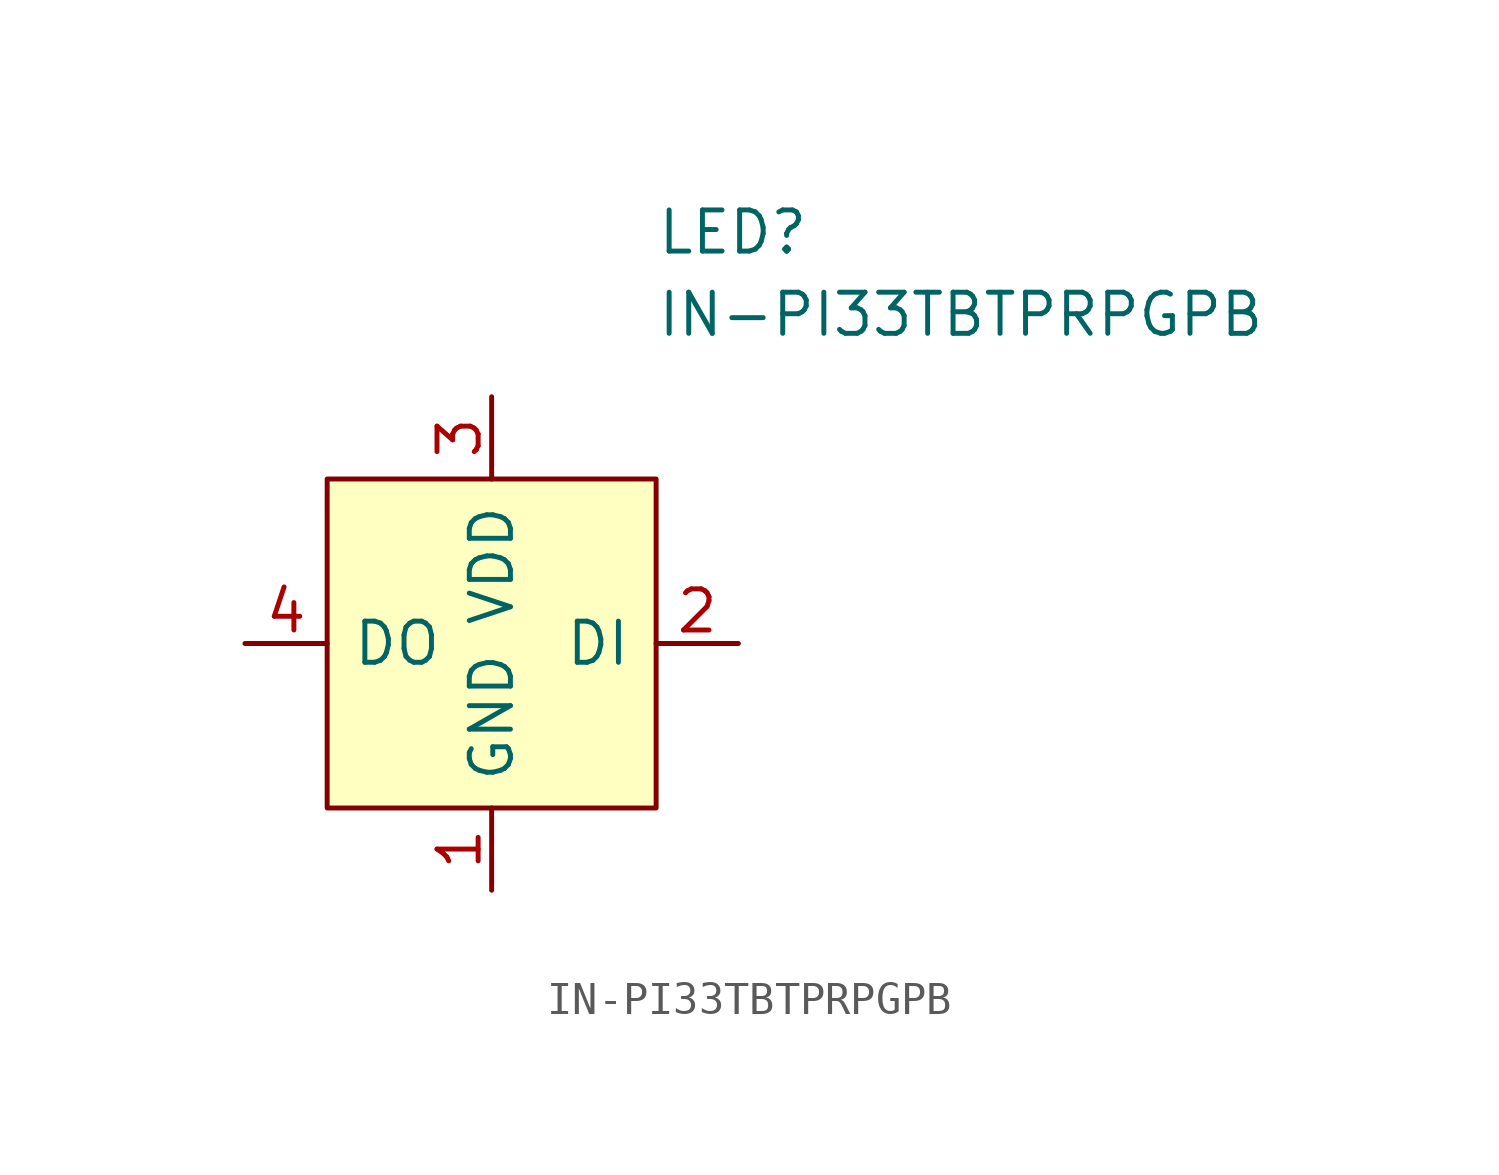
<source format=kicad_sym>
(kicad_symbol_lib
  (version 20211014)
  (generator kicad_symbol_editor)
  (symbol "IN-PI33TBTPRPGPB"
    (pin_names
      (offset 0.762))
    (property "Reference" "LED"
      (at 5.08 7.62 0)
      (effects (font (size 1.27 1.27)) (justify left)))
    (property "Value" "IN-PI33TBTPRPGPB"
      (at 5.08 5.08 0)
      (effects (font (size 1.27 1.27)) (justify left)))
    (symbol "IN-PI33TBTPRPGPB_0_0"
      (pin passive line (at 0 -12.7 90) (length 2.54) (name "GND" (effects (font (size 1.27 1.27)))) (number "1" (effects (font (size 1.27 1.27)))))
      (pin passive line (at 7.62 -5.08 180) (length 2.54) (name "DI" (effects (font (size 1.27 1.27)))) (number "2" (effects (font (size 1.27 1.27)))))
      (pin passive line (at 0 2.54 270) (length 2.54) (name "VDD" (effects (font (size 1.27 1.27)))) (number "3" (effects (font (size 1.27 1.27)))))
      (pin passive line (at -7.62 -5.08 0) (length 2.54) (name "DO" (effects (font (size 1.27 1.27)))) (number "4" (effects (font (size 1.27 1.27))))))
    (symbol "IN-PI33TBTPRPGPB_0_1"
      (rectangle (start -5.08 0) (end 5.08 -10.16) (stroke (width 0) (type default) (color 0 0 0 0)) (fill (type background))))))
</source>
